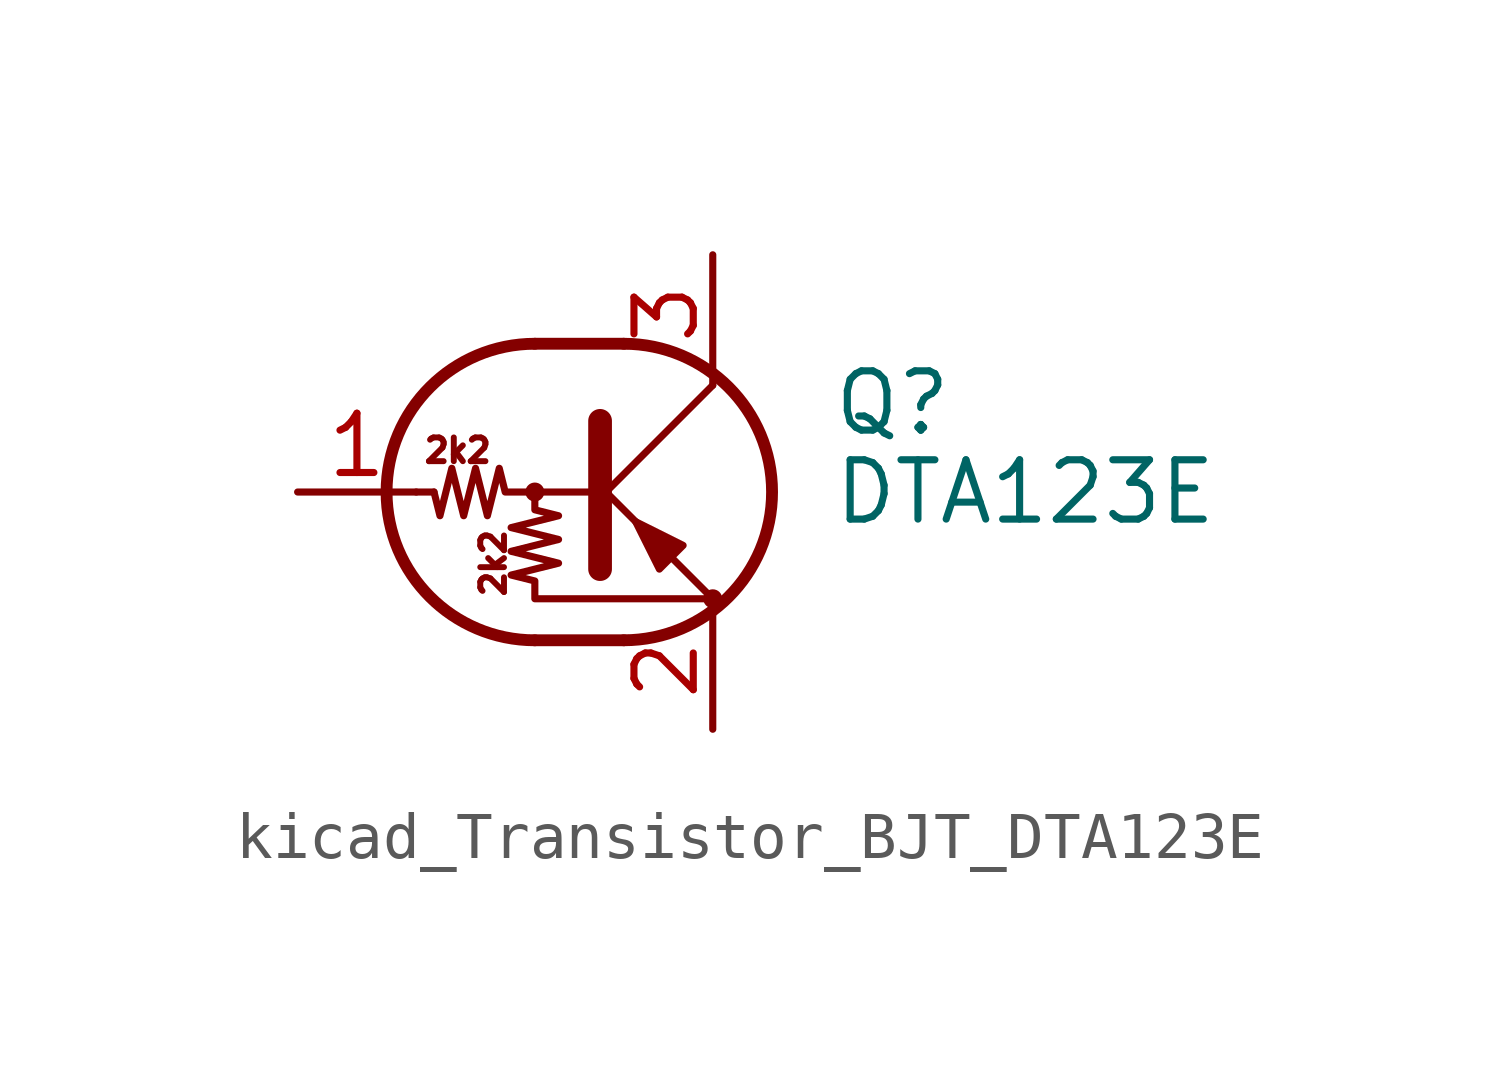
<source format=kicad_sym>
(kicad_symbol_lib
  (version 20220914)
  (generator kicad_symbol_editor)
  (symbol "kicad_Transistor_BJT_DTA123E"
    (pin_names
      (offset 0) hide)
    (property "Reference" "Q"
      (at 5.08 1.905 0)
      (effects (font (size 1.27 1.27)) (justify left)))
    (property "Value" "DTA123E"
      (at 5.08 0 0)
      (effects (font (size 1.27 1.27)) (justify left)))
    (symbol "kicad_Transistor_BJT_DTA123E_0_0"
      (text "2k2" (at -2.921 0.889 0) (effects (font (size 0.508 0.508))))
      (text "2k2" (at -2.159 -1.524 900) (effects (font (size 0.508 0.508)))))
    (symbol "kicad_Transistor_BJT_DTA123E_0_1"
      (circle (center -1.27 0) (radius 0.127) (stroke (width 0) (type default)) (fill (type none)))
      (arc (start -1.27 3.175) (mid -4.4312 0) (end -1.27 -3.175) (stroke (width 0.254) (type default)) (fill (type none)))
      (polyline (pts (xy -3.429 0) (xy -3.81 0)) (stroke (width 0) (type default)) (fill (type none)))
      (polyline (pts (xy -1.27 -3.175) (xy 0.635 -3.175)) (stroke (width 0.254) (type default)) (fill (type none)))
      (polyline (pts (xy -1.27 3.175) (xy 0.635 3.175)) (stroke (width 0.254) (type default)) (fill (type none)))
      (polyline (pts (xy 0 -0.254) (xy 2.54 2.286)) (stroke (width 0) (type default)) (fill (type none)))
      (polyline (pts (xy 0.127 1.524) (xy 0.127 -1.651)) (stroke (width 0.508) (type default)) (fill (type outline)))
      (polyline (pts (xy 2.54 2.286) (xy 2.54 2.54)) (stroke (width 0) (type default)) (fill (type none)))
      (polyline (pts (xy 2.54 -2.286) (xy 0 0.254) (xy 0 0.254)) (stroke (width 0) (type default)) (fill (type none)))
      (polyline (pts (xy 1.397 -1.651) (xy 1.905 -1.143) (xy 0.889 -0.635) (xy 1.397 -1.651)) (stroke (width 0) (type default)) (fill (type outline)))
      (polyline (pts (xy 0 0) (xy -1.905 0) (xy -2.032 0.508) (xy -2.286 -0.508) (xy -2.54 0.508) (xy -2.794 -0.508) (xy -3.048 0.508) (xy -3.302 -0.508) (xy -3.429 0)) (stroke (width 0) (type default)) (fill (type none)))
      (polyline (pts (xy -1.27 0) (xy -1.27 -0.381) (xy -0.762 -0.508) (xy -1.778 -0.762) (xy -0.762 -1.016) (xy -1.778 -1.27) (xy -0.762 -1.524) (xy -1.778 -1.778) (xy -1.27 -1.905) (xy -1.27 -2.286) (xy 2.54 -2.286)) (stroke (width 0) (type default)) (fill (type none)))
      (arc (start 0.635 -3.175) (mid 3.7962 0) (end 0.635 3.175) (stroke (width 0.254) (type default)) (fill (type none)))
      (circle (center 2.54 -2.286) (radius 0.127) (stroke (width 0) (type default)) (fill (type none))))
    (symbol "kicad_Transistor_BJT_DTA123E_1_1"
      (pin input line (at -6.35 0 0) (length 2.54) (name "B" (effects (font (size 1.27 1.27)))) (number "1" (effects (font (size 1.27 1.27)))))
      (pin passive line (at 2.54 -5.08 90) (length 2.54) (name "E" (effects (font (size 1.27 1.27)))) (number "2" (effects (font (size 1.27 1.27)))))
      (pin passive line (at 2.54 5.08 270) (length 2.54) (name "C" (effects (font (size 1.27 1.27)))) (number "3" (effects (font (size 1.27 1.27))))))))
</source>
